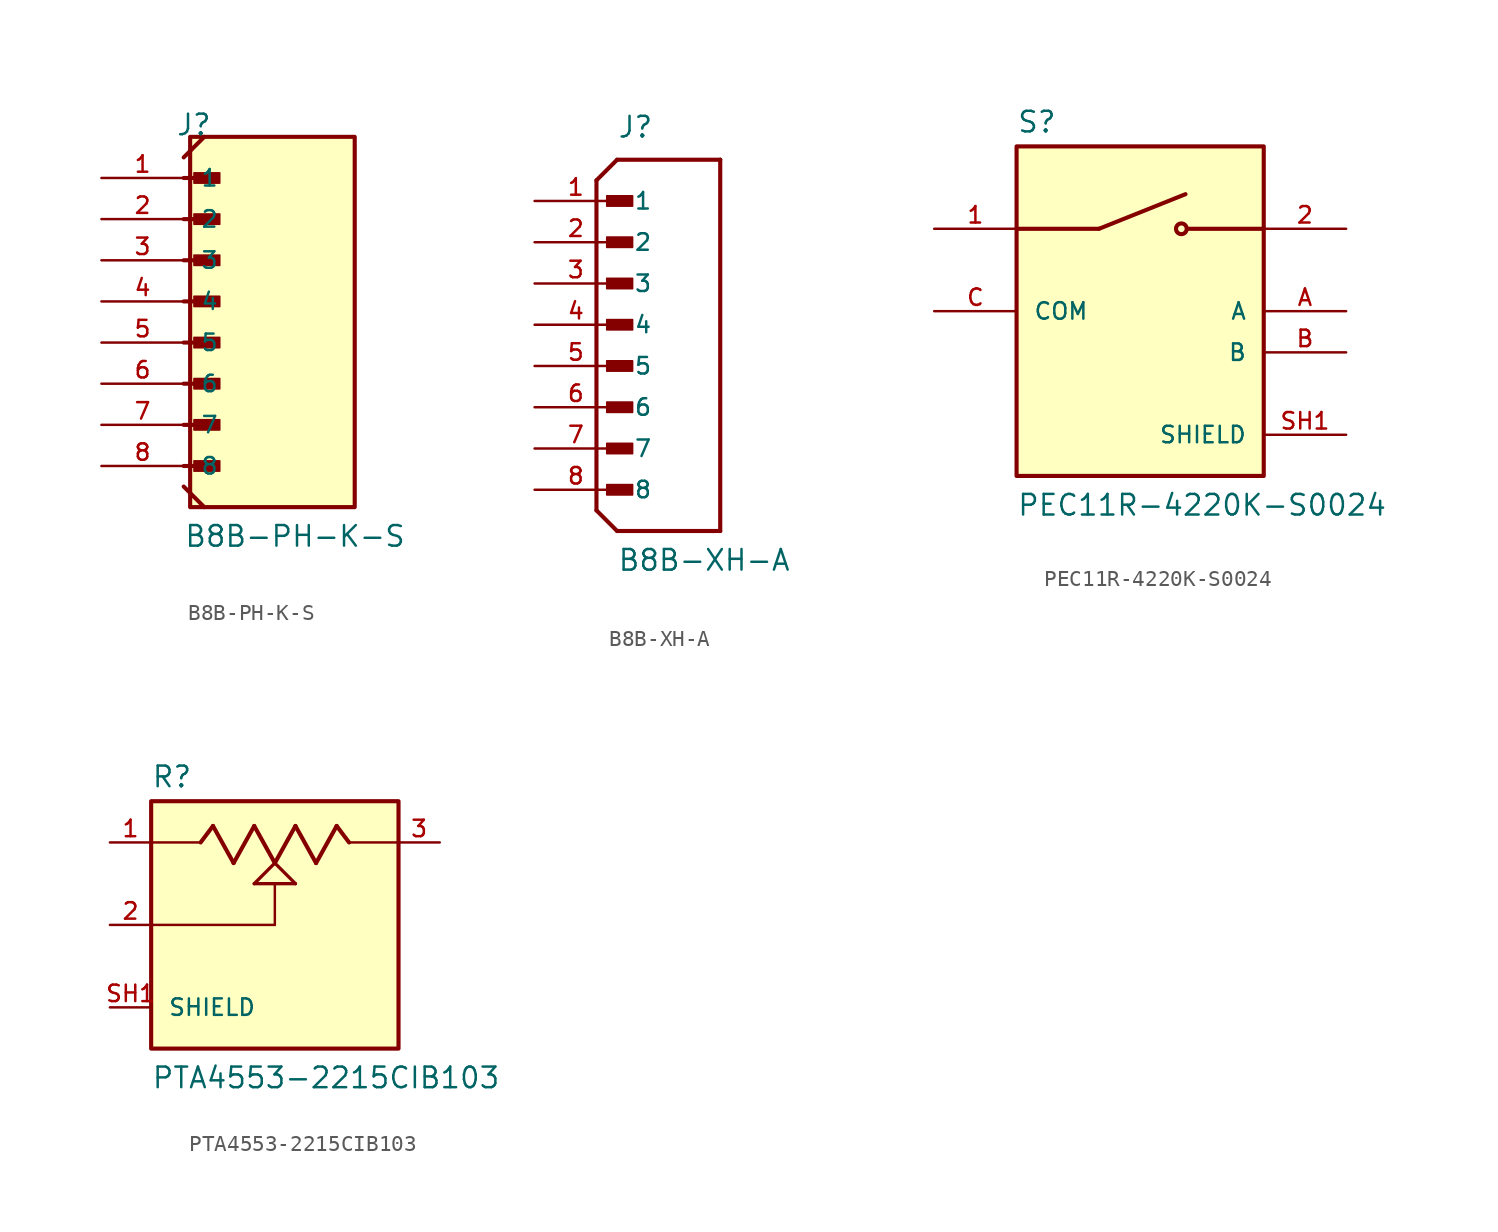
<source format=kicad_sym>
(kicad_symbol_lib
  (version 20241209)
  (generator "kicad_symbol_editor")
  (generator_version "9.0")
  (symbol "B8B-PH-K-S"
    (pin_names
      (offset 1.016))
    (property "Reference" "J"
      (at -5.58 12.7 0)
      (effects (font (size 1.27 1.27)) (justify left bottom)))
    (property "Value" "B8B-PH-K-S"
      (at -5.08 -12.7 0)
      (effects (font (size 1.27 1.27)) (justify left bottom)))
    (symbol "B8B-PH-K-S_0_0"
      (polyline (pts (xy -5.08 11.43) (xy -3.81 12.7)) (stroke (width 0.254) (type default)) (fill (type none)))
      (polyline (pts (xy -5.08 10.16) (xy -3.175 10.16)) (stroke (width 0.254) (type default)) (fill (type none)))
      (polyline (pts (xy -5.08 7.62) (xy -3.175 7.62)) (stroke (width 0.254) (type default)) (fill (type none)))
      (polyline (pts (xy -5.08 5.08) (xy -3.175 5.08)) (stroke (width 0.254) (type default)) (fill (type none)))
      (polyline (pts (xy -5.08 2.54) (xy -3.175 2.54)) (stroke (width 0.254) (type default)) (fill (type none)))
      (polyline (pts (xy -5.08 0) (xy -3.175 0)) (stroke (width 0.254) (type default)) (fill (type none)))
      (polyline (pts (xy -5.08 -2.54) (xy -3.175 -2.54)) (stroke (width 0.254) (type default)) (fill (type none)))
      (polyline (pts (xy -5.08 -5.08) (xy -3.175 -5.08)) (stroke (width 0.254) (type default)) (fill (type none)))
      (polyline (pts (xy -5.08 -7.62) (xy -3.175 -7.62)) (stroke (width 0.254) (type default)) (fill (type none)))
      (polyline (pts (xy -5.08 -8.89) (xy -3.81 -10.16)) (stroke (width 0.254) (type default)) (fill (type none)))
      (rectangle (start -4.683 -10.16) (end 5.477 12.7) (stroke (width 0.254) (type default)) (fill (type background)))
      (rectangle (start -4.445 9.842) (end -2.857 10.477) (stroke (width 0.1) (type default)) (fill (type outline)))
      (rectangle (start -4.445 7.303) (end -2.857 7.938) (stroke (width 0.1) (type default)) (fill (type outline)))
      (rectangle (start -4.445 4.763) (end -2.857 5.397) (stroke (width 0.1) (type default)) (fill (type outline)))
      (rectangle (start -4.445 2.223) (end -2.857 2.857) (stroke (width 0.1) (type default)) (fill (type outline)))
      (rectangle (start -4.445 -0.318) (end -2.857 0.318) (stroke (width 0.1) (type default)) (fill (type outline)))
      (rectangle (start -4.445 -2.857) (end -2.857 -2.223) (stroke (width 0.1) (type default)) (fill (type outline)))
      (rectangle (start -4.445 -5.397) (end -2.857 -4.763) (stroke (width 0.1) (type default)) (fill (type outline)))
      (rectangle (start -4.445 -7.938) (end -2.857 -7.303) (stroke (width 0.1) (type default)) (fill (type outline)))
      (pin passive line (at -10.16 10.16 0) (length 5.08) (name "1" (effects (font (size 1.016 1.016)))) (number "1" (effects (font (size 1.016 1.016)))))
      (pin passive line (at -10.16 7.62 0) (length 5.08) (name "2" (effects (font (size 1.016 1.016)))) (number "2" (effects (font (size 1.016 1.016)))))
      (pin passive line (at -10.16 5.08 0) (length 5.08) (name "3" (effects (font (size 1.016 1.016)))) (number "3" (effects (font (size 1.016 1.016)))))
      (pin passive line (at -10.16 2.54 0) (length 5.08) (name "4" (effects (font (size 1.016 1.016)))) (number "4" (effects (font (size 1.016 1.016)))))
      (pin passive line (at -10.16 0 0) (length 5.08) (name "5" (effects (font (size 1.016 1.016)))) (number "5" (effects (font (size 1.016 1.016)))))
      (pin passive line (at -10.16 -2.54 0) (length 5.08) (name "6" (effects (font (size 1.016 1.016)))) (number "6" (effects (font (size 1.016 1.016)))))
      (pin passive line (at -10.16 -5.08 0) (length 5.08) (name "7" (effects (font (size 1.016 1.016)))) (number "7" (effects (font (size 1.016 1.016)))))
      (pin passive line (at -10.16 -7.62 0) (length 5.08) (name "8" (effects (font (size 1.016 1.016)))) (number "8" (effects (font (size 1.016 1.016)))))))
  (symbol "B8B-XH-A"
    (pin_names
      (offset 1.016))
    (property "Reference" "J"
      (at -2.54 13.97 0)
      (effects (font (size 1.27 1.27)) (justify left bottom)))
    (property "Value" "B8B-XH-A"
      (at -2.54 -12.7 0)
      (effects (font (size 1.27 1.27)) (justify left bottom)))
    (symbol "B8B-XH-A_0_0"
      (polyline (pts (xy -3.81 11.43) (xy -3.81 -8.89)) (stroke (width 0.254) (type default)) (fill (type none)))
      (polyline (pts (xy -3.81 11.43) (xy -2.54 12.7)) (stroke (width 0.254) (type default)) (fill (type none)))
      (polyline (pts (xy -3.81 -8.89) (xy -2.54 -10.16)) (stroke (width 0.254) (type default)) (fill (type none)))
      (rectangle (start -3.175 9.842) (end -1.587 10.477) (stroke (width 0.1) (type default)) (fill (type outline)))
      (rectangle (start -3.175 7.303) (end -1.587 7.938) (stroke (width 0.1) (type default)) (fill (type outline)))
      (rectangle (start -3.175 4.763) (end -1.587 5.397) (stroke (width 0.1) (type default)) (fill (type outline)))
      (rectangle (start -3.175 2.223) (end -1.587 2.857) (stroke (width 0.1) (type default)) (fill (type outline)))
      (rectangle (start -3.175 -0.318) (end -1.587 0.318) (stroke (width 0.1) (type default)) (fill (type outline)))
      (rectangle (start -3.175 -2.857) (end -1.587 -2.223) (stroke (width 0.1) (type default)) (fill (type outline)))
      (rectangle (start -3.175 -5.397) (end -1.587 -4.763) (stroke (width 0.1) (type default)) (fill (type outline)))
      (rectangle (start -3.175 -7.938) (end -1.587 -7.303) (stroke (width 0.1) (type default)) (fill (type outline)))
      (polyline (pts (xy -2.54 -10.16) (xy 3.81 -10.16)) (stroke (width 0.254) (type default)) (fill (type none)))
      (polyline (pts (xy 3.81 12.7) (xy -2.54 12.7)) (stroke (width 0.254) (type default)) (fill (type none)))
      (polyline (pts (xy 3.81 -10.16) (xy 3.81 12.7)) (stroke (width 0.254) (type default)) (fill (type none)))
      (pin passive line (at -7.62 10.16 0) (length 5.08) (name "1" (effects (font (size 1.016 1.016)))) (number "1" (effects (font (size 1.016 1.016)))))
      (pin passive line (at -7.62 7.62 0) (length 5.08) (name "2" (effects (font (size 1.016 1.016)))) (number "2" (effects (font (size 1.016 1.016)))))
      (pin passive line (at -7.62 5.08 0) (length 5.08) (name "3" (effects (font (size 1.016 1.016)))) (number "3" (effects (font (size 1.016 1.016)))))
      (pin passive line (at -7.62 2.54 0) (length 5.08) (name "4" (effects (font (size 1.016 1.016)))) (number "4" (effects (font (size 1.016 1.016)))))
      (pin passive line (at -7.62 0 0) (length 5.08) (name "5" (effects (font (size 1.016 1.016)))) (number "5" (effects (font (size 1.016 1.016)))))
      (pin passive line (at -7.62 -2.54 0) (length 5.08) (name "6" (effects (font (size 1.016 1.016)))) (number "6" (effects (font (size 1.016 1.016)))))
      (pin passive line (at -7.62 -5.08 0) (length 5.08) (name "7" (effects (font (size 1.016 1.016)))) (number "7" (effects (font (size 1.016 1.016)))))
      (pin passive line (at -7.62 -7.62 0) (length 5.08) (name "8" (effects (font (size 1.016 1.016)))) (number "8" (effects (font (size 1.016 1.016)))))))
  (symbol "PEC11R-4220K-S0024"
    (pin_names
      (offset 1.016))
    (property "Reference" "S"
      (at -7.62 10.922 0)
      (effects (font (size 1.27 1.27)) (justify left bottom)))
    (property "Value" "PEC11R-4220K-S0024"
      (at -7.62 -12.7 0)
      (effects (font (size 1.27 1.27)) (justify left bottom)))
    (symbol "PEC11R-4220K-S0024_0_0"
      (rectangle (start -7.62 -10.16) (end 7.62 10.16) (stroke (width 0.254) (type default)) (fill (type background)))
      (polyline (pts (xy -2.54 5.08) (xy -7.62 5.08)) (stroke (width 0.254) (type default)) (fill (type none)))
      (polyline (pts (xy -2.54 5.08) (xy 2.794 7.214)) (stroke (width 0.254) (type default)) (fill (type none)))
      (circle (center 2.54 5.08) (radius 0.33) (stroke (width 0.254) (type default)) (fill (type none)))
      (polyline (pts (xy 7.62 5.08) (xy 2.921 5.08)) (stroke (width 0.254) (type default)) (fill (type none)))
      (pin passive line (at -12.7 5.08 0) (length 5.08) (name "~" (effects (font (size 1.016 1.016)))) (number "1" (effects (font (size 1.016 1.016)))))
      (pin passive line (at -12.7 0 0) (length 5.08) (name "COM" (effects (font (size 1.016 1.016)))) (number "C" (effects (font (size 1.016 1.016)))))
      (pin passive line (at 12.7 5.08 180) (length 5.08) (name "~" (effects (font (size 1.016 1.016)))) (number "2" (effects (font (size 1.016 1.016)))))
      (pin passive line (at 12.7 0 180) (length 5.08) (name "A" (effects (font (size 1.016 1.016)))) (number "A" (effects (font (size 1.016 1.016)))))
      (pin passive line (at 12.7 -2.54 180) (length 5.08) (name "B" (effects (font (size 1.016 1.016)))) (number "B" (effects (font (size 1.016 1.016)))))
      (pin passive line (at 12.7 -7.62 180) (length 5.08) (name "SHIELD" (effects (font (size 1.016 1.016)))) (number "SH1" (effects (font (size 1.016 1.016)))))
      (pin passive line (at 12.7 -7.62 180) (length 5.08) (hide yes) (name "SHIELD" (effects (font (size 1.016 1.016)))) (number "SH2" (effects (font (size 1.016 1.016)))))))
  (symbol "PTA4553-2215CIB103"
    (pin_names
      (offset 1.016))
    (property "Reference" "R"
      (at -7.62 8.382 0)
      (effects (font (size 1.27 1.27)) (justify left bottom)))
    (property "Value" "PTA4553-2215CIB103"
      (at -7.62 -10.16 0)
      (effects (font (size 1.27 1.27)) (justify left bottom)))
    (symbol "PTA4553-2215CIB103_0_0"
      (polyline (pts (xy -7.62 5.08) (xy -4.572 5.08)) (stroke (width 0.152) (type default)) (fill (type none)))
      (rectangle (start -7.62 -7.62) (end 7.62 7.62) (stroke (width 0.254) (type default)) (fill (type background)))
      (polyline (pts (xy -4.572 5.08) (xy -3.81 6.096)) (stroke (width 0.254) (type default)) (fill (type none)))
      (polyline (pts (xy -3.81 6.096) (xy -2.54 3.81)) (stroke (width 0.254) (type default)) (fill (type none)))
      (polyline (pts (xy -2.54 3.81) (xy -1.27 6.096)) (stroke (width 0.254) (type default)) (fill (type none)))
      (polyline (pts (xy -1.27 6.096) (xy 0 3.81)) (stroke (width 0.254) (type default)) (fill (type none)))
      (polyline (pts (xy -1.27 2.54) (xy 0 3.81)) (stroke (width 0.203) (type default)) (fill (type none)))
      (polyline (pts (xy 0 3.81) (xy 1.27 6.096)) (stroke (width 0.254) (type default)) (fill (type none)))
      (polyline (pts (xy 0 3.81) (xy 1.27 2.54)) (stroke (width 0.203) (type default)) (fill (type none)))
      (polyline (pts (xy 0 2.54) (xy -1.27 2.54)) (stroke (width 0.203) (type default)) (fill (type none)))
      (polyline (pts (xy 0 2.54) (xy 0 0)) (stroke (width 0.152) (type default)) (fill (type none)))
      (polyline (pts (xy 0 0) (xy -7.62 0)) (stroke (width 0.152) (type default)) (fill (type none)))
      (polyline (pts (xy 1.27 6.096) (xy 2.54 3.81)) (stroke (width 0.254) (type default)) (fill (type none)))
      (polyline (pts (xy 1.27 2.54) (xy 0 2.54)) (stroke (width 0.203) (type default)) (fill (type none)))
      (polyline (pts (xy 2.54 3.81) (xy 3.81 6.096)) (stroke (width 0.254) (type default)) (fill (type none)))
      (polyline (pts (xy 3.81 6.096) (xy 4.572 5.08)) (stroke (width 0.254) (type default)) (fill (type none)))
      (polyline (pts (xy 4.572 5.08) (xy 7.62 5.08)) (stroke (width 0.152) (type default)) (fill (type none)))
      (pin passive line (at -10.16 5.08 0) (length 2.54) (name "~" (effects (font (size 1.016 1.016)))) (number "1" (effects (font (size 1.016 1.016)))))
      (pin passive line (at -10.16 0 0) (length 2.54) (name "~" (effects (font (size 1.016 1.016)))) (number "2" (effects (font (size 1.016 1.016)))))
      (pin passive line (at -10.16 -5.08 0) (length 2.54) (name "SHIELD" (effects (font (size 1.016 1.016)))) (number "SH1" (effects (font (size 1.016 1.016)))))
      (pin passive line (at -10.16 -5.08 0) (length 2.54) (hide yes) (name "SHIELD" (effects (font (size 1.016 1.016)))) (number "SH2" (effects (font (size 1.016 1.016)))))
      (pin passive line (at -10.16 -5.08 0) (length 2.54) (hide yes) (name "SHIELD" (effects (font (size 1.016 1.016)))) (number "SH3" (effects (font (size 1.016 1.016)))))
      (pin passive line (at -10.16 -5.08 0) (length 2.54) (hide yes) (name "SHIELD" (effects (font (size 1.016 1.016)))) (number "SH4" (effects (font (size 1.016 1.016)))))
      (pin passive line (at 10.16 5.08 180) (length 2.54) (name "~" (effects (font (size 1.016 1.016)))) (number "3" (effects (font (size 1.016 1.016))))))))
</source>
